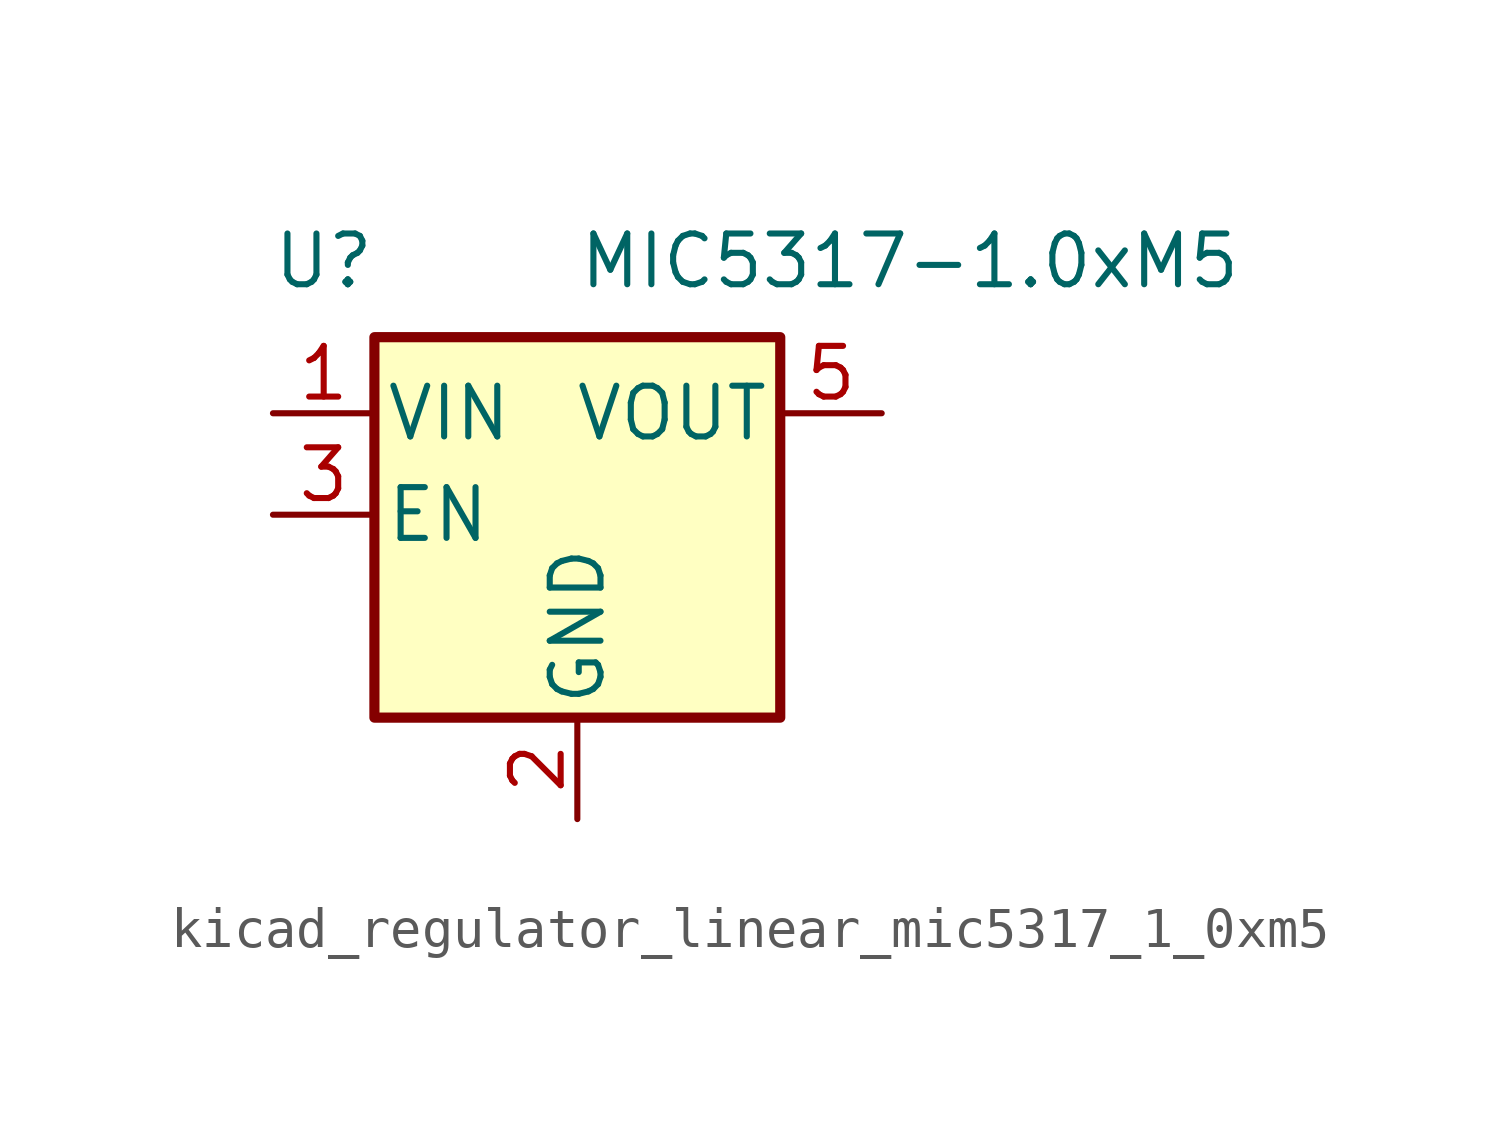
<source format=kicad_sym>
(kicad_symbol_lib
  (version 20220914)
  (generator kicad_symbol_editor)
  (symbol "kicad_regulator_linear_mic5317_1_0xm5"
    (pin_names
      (offset 0.254))
    (property "Reference" "U"
      (at -6.35 6.35 0)
      (effects (font (size 1.27 1.27))))
    (property "Value" "MIC5317-1.0xM5"
      (at 0 6.35 0)
      (effects (font (size 1.27 1.27)) (justify left)))
    (symbol "kicad_regulator_linear_mic5317_1_0xm5_0_1"
      (rectangle (start -5.08 4.445) (end 5.08 -5.08) (stroke (width 0.254) (type default)) (fill (type background))))
    (symbol "kicad_regulator_linear_mic5317_1_0xm5_1_1"
      (pin power_in line (at -7.62 2.54 0) (length 2.54) (name "VIN" (effects (font (size 1.27 1.27)))) (number "1" (effects (font (size 1.27 1.27)))))
      (pin power_in line (at 0 -7.62 90) (length 2.54) (name "GND" (effects (font (size 1.27 1.27)))) (number "2" (effects (font (size 1.27 1.27)))))
      (pin input line (at -7.62 0 0) (length 2.54) (name "EN" (effects (font (size 1.27 1.27)))) (number "3" (effects (font (size 1.27 1.27)))))
      (pin no_connect line (at 5.08 0 180) (length 2.54) hide (name "NC" (effects (font (size 1.27 1.27)))) (number "4" (effects (font (size 1.27 1.27)))))
      (pin power_out line (at 7.62 2.54 180) (length 2.54) (name "VOUT" (effects (font (size 1.27 1.27)))) (number "5" (effects (font (size 1.27 1.27))))))))
</source>
